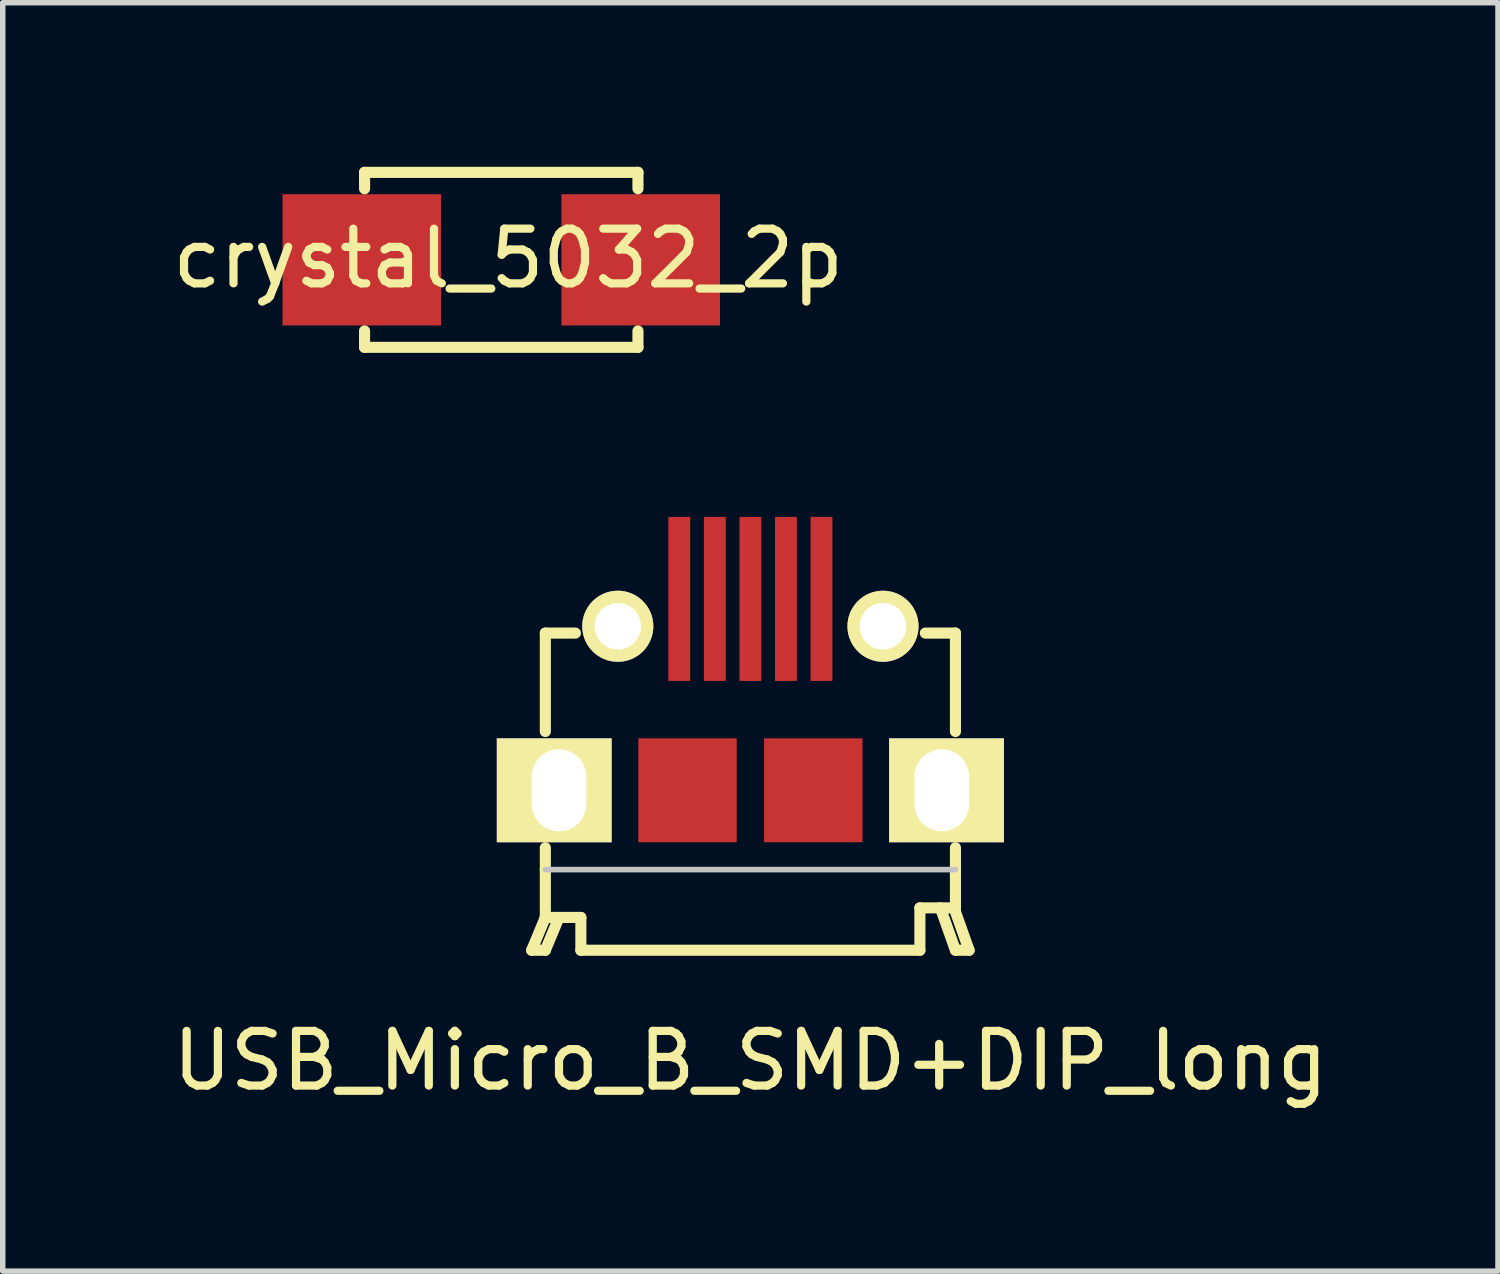
<source format=kicad_pcb>
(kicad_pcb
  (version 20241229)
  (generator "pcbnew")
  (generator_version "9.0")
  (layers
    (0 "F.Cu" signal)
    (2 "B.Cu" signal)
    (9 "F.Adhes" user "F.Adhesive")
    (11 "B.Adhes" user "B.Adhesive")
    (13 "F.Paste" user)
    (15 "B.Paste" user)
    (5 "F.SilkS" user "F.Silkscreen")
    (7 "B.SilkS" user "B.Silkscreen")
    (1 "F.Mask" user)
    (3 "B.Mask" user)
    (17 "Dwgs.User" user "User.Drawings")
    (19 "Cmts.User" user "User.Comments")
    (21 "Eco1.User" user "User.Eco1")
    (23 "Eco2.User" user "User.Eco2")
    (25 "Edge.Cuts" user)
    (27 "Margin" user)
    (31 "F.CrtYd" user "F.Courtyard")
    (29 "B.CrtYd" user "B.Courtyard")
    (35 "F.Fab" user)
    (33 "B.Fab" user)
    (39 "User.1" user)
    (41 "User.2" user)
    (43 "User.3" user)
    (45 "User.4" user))
  (footprint "crystal_5032_2p"
    (layer "F.Cu")
    (at 6.117 1.702)
    (property "Reference" "crystal_5032_2p" (at 0.127 -0.025 0) (layer "F.SilkS") (effects (font (size 1 1) (thickness 0.15))))
    (attr through_hole)
    (fp_line (start -2.5 -1.6) (end -2.5 -1.3) (stroke (width 0.203) (type solid)) (layer "F.SilkS"))
    (fp_line (start -2.5 -1.6) (end 2.5 -1.6) (stroke (width 0.203) (type solid)) (layer "F.SilkS"))
    (fp_line (start -2.5 1.6) (end -2.5 1.3) (stroke (width 0.203) (type solid)) (layer "F.SilkS"))
    (fp_line (start 2.5 -1.6) (end 2.5 -1.3) (stroke (width 0.203) (type solid)) (layer "F.SilkS"))
    (fp_line (start 2.5 1.6) (end -2.5 1.6) (stroke (width 0.203) (type solid)) (layer "F.SilkS"))
    (fp_line (start 2.5 1.6) (end 2.5 1.3) (stroke (width 0.203) (type solid)) (layer "F.SilkS"))
    (pad "1" smd rect (at -2.55 0) (size 2.9 2.4) (layers "F.Cu" "F.Mask" "F.Paste"))
    (pad "2" smd rect (at 2.55 0) (size 2.9 2.4) (layers "F.Cu" "F.Mask" "F.Paste")))
  (footprint "USB_Micro_B_SMD+DIP_long"
    (layer "F.Cu")
    (at 10.673 8.728)
    (property "Reference" "USB_Micro_B_SMD+DIP_long" (at 0 7.62 0) (layer "F.SilkS") (effects (font (size 1 1) (thickness 0.15))))
    (attr through_hole)
    (fp_line (start -4 5.6) (end -3.75 5.6) (stroke (width 0.203) (type solid)) (layer "F.SilkS"))
    (fp_line (start -3.75 -0.2) (end -3.75 1.6) (stroke (width 0.203) (type solid)) (layer "F.SilkS"))
    (fp_line (start -3.75 4.125) (end -3.75 3.725) (stroke (width 0.203) (type solid)) (layer "F.SilkS"))
    (fp_line (start -3.75 5) (end -4 5.6) (stroke (width 0.203) (type solid)) (layer "F.SilkS"))
    (fp_line (start -3.75 5) (end -3.75 4.125) (stroke (width 0.203) (type solid)) (layer "F.SilkS"))
    (fp_line (start -3.75 5.6) (end -3.5 5) (stroke (width 0.203) (type solid)) (layer "F.SilkS"))
    (fp_line (start -3.2 -0.2) (end -3.75 -0.2) (stroke (width 0.203) (type solid)) (layer "F.SilkS"))
    (fp_line (start -3.1 5) (end -3.75 5) (stroke (width 0.203) (type solid)) (layer "F.SilkS"))
    (fp_line (start -3.1 5.6) (end -3.1 5) (stroke (width 0.203) (type solid)) (layer "F.SilkS"))
    (fp_line (start 3.1 4.825) (end 3.1 5.6) (stroke (width 0.203) (type solid)) (layer "F.SilkS"))
    (fp_line (start 3.1 5.6) (end -3.1 5.6) (stroke (width 0.203) (type solid)) (layer "F.SilkS"))
    (fp_line (start 3.2 -0.2) (end 3.75 -0.2) (stroke (width 0.203) (type solid)) (layer "F.SilkS"))
    (fp_line (start 3.725 4.825) (end 4 5.6) (stroke (width 0.203) (type solid)) (layer "F.SilkS"))
    (fp_line (start 3.75 -0.2) (end 3.75 1.6) (stroke (width 0.203) (type solid)) (layer "F.SilkS"))
    (fp_line (start 3.75 4.125) (end 3.75 3.725) (stroke (width 0.203) (type solid)) (layer "F.SilkS"))
    (fp_line (start 3.75 4.125) (end 3.75 4.825) (stroke (width 0.203) (type solid)) (layer "F.SilkS"))
    (fp_line (start 3.75 4.825) (end 3.1 4.825) (stroke (width 0.203) (type solid)) (layer "F.SilkS"))
    (fp_line (start 3.75 5.6) (end 3.475 4.825) (stroke (width 0.203) (type solid)) (layer "F.SilkS"))
    (fp_line (start 4 5.6) (end 3.75 5.6) (stroke (width 0.203) (type solid)) (layer "F.SilkS"))
    (fp_line (start 3.75 4.125) (end -3.75 4.125) (stroke (width 0.102) (type solid)) (layer "Dwgs.User"))
    (pad "" smd rect (at -1.15 2.675) (size 1.8 1.9) (layers "F.Cu" "F.Mask" "F.Paste"))
    (pad "" smd rect (at 1.15 2.675) (size 1.8 1.9) (layers "F.Cu" "F.Mask" "F.Paste"))
    (pad "1" smd rect (at -1.3 -0.825) (size 0.4 3) (layers "F.Cu" "F.Mask" "F.Paste"))
    (pad "2" smd rect (at -0.65 -0.825) (size 0.4 3) (layers "F.Cu" "F.Mask" "F.Paste"))
    (pad "3" smd rect (at 0 -0.825) (size 0.4 3) (layers "F.Cu" "F.Mask" "F.Paste"))
    (pad "4" smd rect (at 0.65 -0.825) (size 0.4 3) (layers "F.Cu" "F.Mask" "F.Paste"))
    (pad "5" smd rect (at 1.3 -0.825) (size 0.4 3) (layers "F.Cu" "F.Mask" "F.Paste"))
    (pad "6" thru_hole rect (at -3.5 2.675) (size 2.1 1.9) (drill oval 1 1.5 (offset -0.087 0)) (layers "*.Cu" "*.Mask" "F.SilkS"))
    (pad "7" thru_hole circle (at -2.425 -0.325) (size 1.3 1.3) (drill 0.85) (layers "*.Cu" "*.Mask" "F.SilkS"))
    (pad "8" thru_hole circle (at 2.425 -0.325) (size 1.3 1.3) (drill 0.85) (layers "*.Cu" "*.Mask" "F.SilkS"))
    (pad "9" thru_hole rect (at 3.5 2.675) (size 2.1 1.9) (drill oval 1 1.5 (offset 0.087 0)) (layers "*.Cu" "*.Mask" "F.SilkS")))
  (gr_rect
    (start -3 -3)
    (end 24.345 20.196)
    (stroke (width 0.1) (type default))
    (fill no)
    (layer "Edge.Cuts")))
</source>
